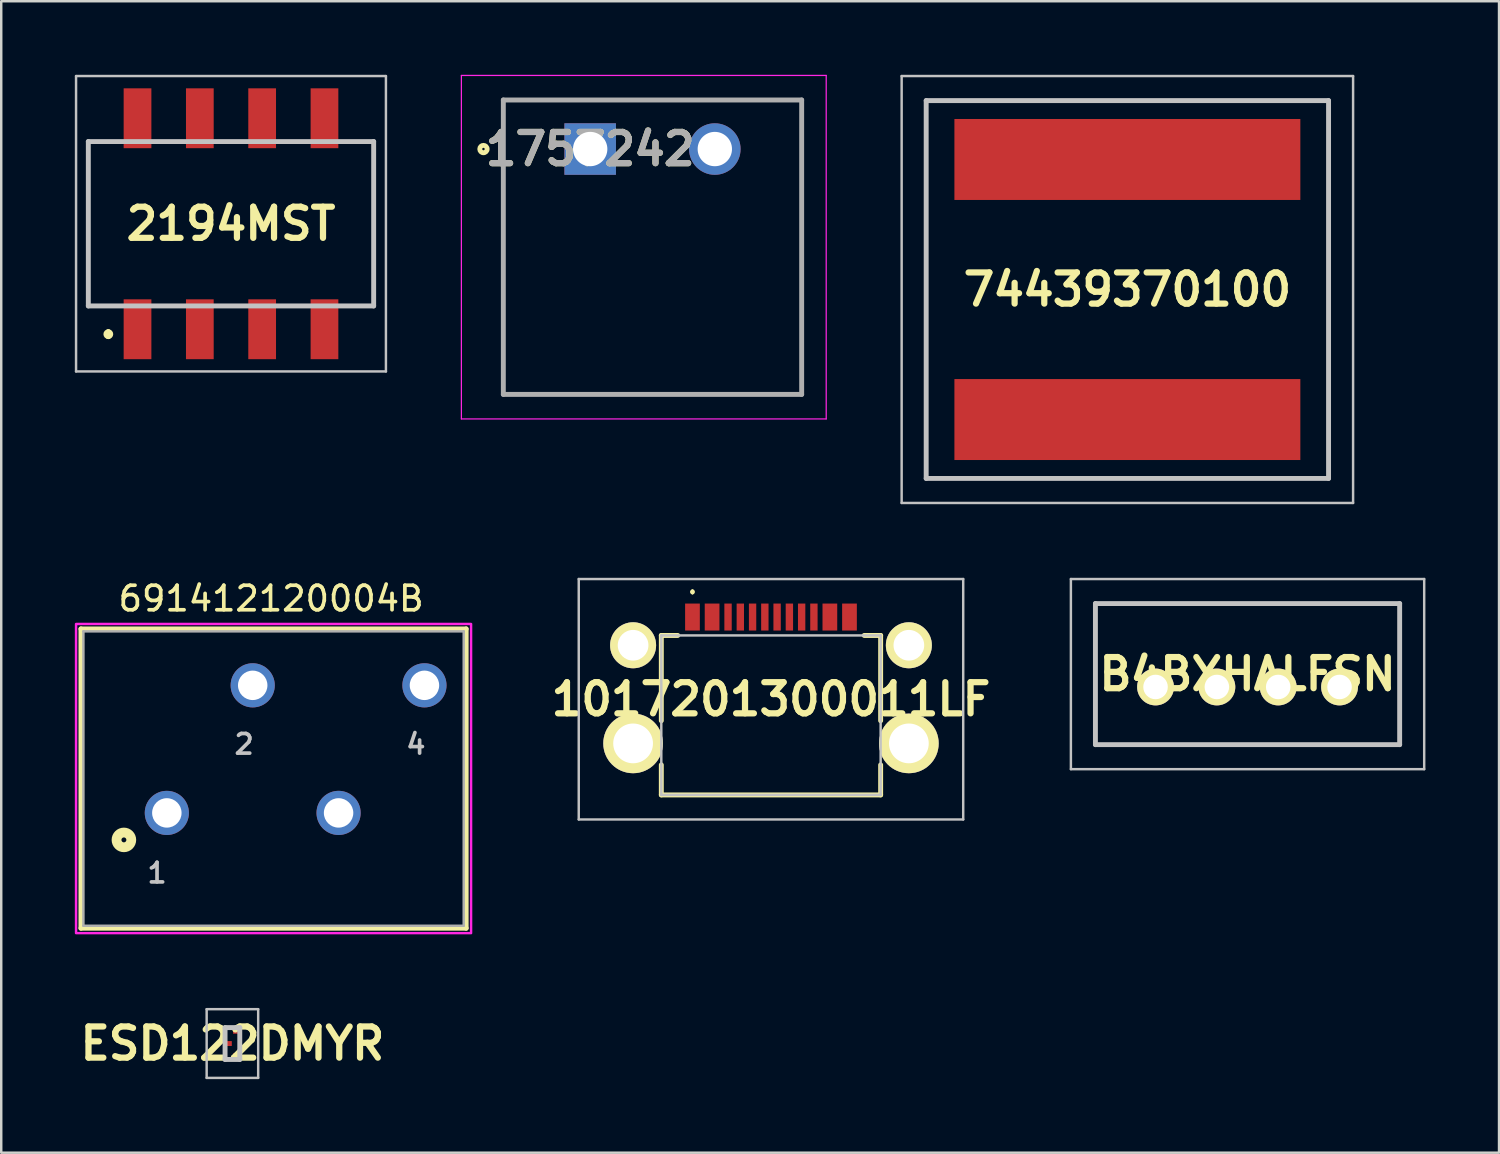
<source format=kicad_pcb>
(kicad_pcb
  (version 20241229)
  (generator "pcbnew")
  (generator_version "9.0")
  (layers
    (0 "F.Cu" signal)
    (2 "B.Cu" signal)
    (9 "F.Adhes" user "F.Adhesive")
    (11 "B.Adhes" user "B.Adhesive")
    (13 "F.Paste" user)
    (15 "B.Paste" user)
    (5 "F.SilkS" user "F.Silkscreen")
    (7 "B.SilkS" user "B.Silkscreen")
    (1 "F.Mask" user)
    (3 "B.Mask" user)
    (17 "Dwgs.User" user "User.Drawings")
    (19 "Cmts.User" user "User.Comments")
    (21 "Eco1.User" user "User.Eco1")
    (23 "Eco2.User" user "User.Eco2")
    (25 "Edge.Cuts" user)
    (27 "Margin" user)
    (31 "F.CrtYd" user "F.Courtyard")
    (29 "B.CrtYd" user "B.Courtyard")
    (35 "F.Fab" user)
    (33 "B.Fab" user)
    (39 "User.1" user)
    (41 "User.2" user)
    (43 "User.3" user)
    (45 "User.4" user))
  (footprint "691412120004B"
    (layer "F.Cu")
    (at 9 27.483)
    (property "Reference" "691412120004B" (at -1 -6.135 0) (layer "F.SilkS") (effects (font (size 1 1) (thickness 0.15))))
    (attr through_hole)
    (fp_line (start -8.75 -4.9) (end 6.95 -4.9) (stroke (width 0.2) (type solid)) (layer "F.SilkS"))
    (fp_line (start -8.75 7.3) (end -8.75 -4.9) (stroke (width 0.2) (type solid)) (layer "F.SilkS"))
    (fp_line (start 6.95 -4.9) (end 6.95 7.3) (stroke (width 0.2) (type solid)) (layer "F.SilkS"))
    (fp_line (start 6.95 7.3) (end -8.75 7.3) (stroke (width 0.2) (type solid)) (layer "F.SilkS"))
    (fp_circle (center -7 3.7) (end -6.9 3.7) (stroke (width 0.4) (type solid)) (fill no) (layer "F.SilkS"))
    (fp_poly (pts (xy -8.95 -5.1) (xy 7.15 -5.1) (xy 7.15 7.5) (xy -8.95 7.5)) (stroke (width 0.1) (type solid)) (fill no) (layer "F.CrtYd"))
    (fp_line (start -8.65 -4.8) (end 6.85 -4.8) (stroke (width 0.1) (type solid)) (layer "F.Fab"))
    (fp_line (start -8.65 7.2) (end -8.65 -4.8) (stroke (width 0.1) (type solid)) (layer "F.Fab"))
    (fp_line (start 6.85 -4.8) (end 6.85 7.2) (stroke (width 0.1) (type solid)) (layer "F.Fab"))
    (fp_line (start 6.85 7.2) (end -8.65 7.2) (stroke (width 0.1) (type solid)) (layer "F.Fab"))
    (fp_text user "2" (at -2.1 -0.2 0) (layer "Dwgs.User") (effects (font (size 0.8 0.8) (thickness 0.15))))
    (fp_text user "4" (at 4.9 -0.2 0) (layer "Dwgs.User") (effects (font (size 0.8 0.8) (thickness 0.15))))
    (fp_text user "1" (at -5.65 5.05 0) (layer "Dwgs.User") (effects (font (size 0.8 0.8) (thickness 0.15))))
    (pad "1" thru_hole circle (at -5.25 2.6) (size 1.8 1.8) (drill 1.2) (layers "*.Cu" "*.Mask"))
    (pad "2" thru_hole circle (at -1.75 -2.6) (size 1.8 1.8) (drill 1.2) (layers "*.Cu" "*.Mask"))
    (pad "3" thru_hole circle (at 1.75 2.6) (size 1.8 1.8) (drill 1.2) (layers "*.Cu" "*.Mask"))
    (pad "4" thru_hole circle (at 5.25 -2.6) (size 1.8 1.8) (drill 1.2) (layers "*.Cu" "*.Mask")))
  (footprint "B4BXHALFSN"
    (layer "F.Cu")
    (at 44.048 24.95)
    (property "Reference" "B4BXHALFSN" (at 3.75 -0.525 0) (layer "F.SilkS") (effects (font (size 1.27 1.27) (thickness 0.254))))
    (attr through_hole exclude_from_pos_files)
    (fp_line (start -2.45 -3.4) (end 9.95 -3.4) (stroke (width 0.1) (type solid)) (layer "F.SilkS"))
    (fp_line (start -2.45 2.35) (end -2.45 -3.4) (stroke (width 0.1) (type solid)) (layer "F.SilkS"))
    (fp_line (start 9.95 -3.4) (end 9.95 2.35) (stroke (width 0.1) (type solid)) (layer "F.SilkS"))
    (fp_line (start 9.95 2.35) (end -2.45 2.35) (stroke (width 0.1) (type solid)) (layer "F.SilkS"))
    (fp_line (start -3.45 -4.4) (end 10.95 -4.4) (stroke (width 0.1) (type solid)) (layer "Dwgs.User"))
    (fp_line (start -3.45 3.35) (end -3.45 -4.4) (stroke (width 0.1) (type solid)) (layer "Dwgs.User"))
    (fp_line (start -2.45 -3.4) (end 9.95 -3.4) (stroke (width 0.2) (type solid)) (layer "Dwgs.User"))
    (fp_line (start -2.45 2.35) (end -2.45 -3.4) (stroke (width 0.2) (type solid)) (layer "Dwgs.User"))
    (fp_line (start 9.95 -3.4) (end 9.95 2.35) (stroke (width 0.2) (type solid)) (layer "Dwgs.User"))
    (fp_line (start 9.95 2.35) (end -2.45 2.35) (stroke (width 0.2) (type solid)) (layer "Dwgs.User"))
    (fp_line (start 10.95 -4.4) (end 10.95 3.35) (stroke (width 0.1) (type solid)) (layer "Dwgs.User"))
    (fp_line (start 10.95 3.35) (end -3.45 3.35) (stroke (width 0.1) (type solid)) (layer "Dwgs.User"))
    (pad "1" thru_hole circle (at 0 0 90) (size 1.5 1.5) (drill 1) (layers "*.Cu" "*.Mask" "F.SilkS"))
    (pad "2" thru_hole circle (at 2.5 0 90) (size 1.5 1.5) (drill 1) (layers "*.Cu" "*.Mask" "F.SilkS"))
    (pad "3" thru_hole circle (at 5 0 90) (size 1.5 1.5) (drill 1) (layers "*.Cu" "*.Mask" "F.SilkS"))
    (pad "4" thru_hole circle (at 7.5 0 90) (size 1.5 1.5) (drill 1) (layers "*.Cu" "*.Mask" "F.SilkS")))
  (footprint "2194MST"
    (layer "F.Cu")
    (at 6.365 6.07)
    (property "Reference" "2194MST" (at 0 0 0) (layer "F.SilkS") (effects (font (size 1.27 1.27) (thickness 0.254))))
    (attr smd)
    (fp_line (start -5.815 -3.35) (end -5.815 3.35) (stroke (width 0.1) (type solid)) (layer "F.SilkS"))
    (fp_line (start -5.815 3.35) (end -5 3.35) (stroke (width 0.1) (type solid)) (layer "F.SilkS"))
    (fp_line (start -5 -3.35) (end -5.815 -3.35) (stroke (width 0.1) (type solid)) (layer "F.SilkS"))
    (fp_line (start -5 4.4) (end -5 4.4) (stroke (width 0.2) (type solid)) (layer "F.SilkS"))
    (fp_line (start -5 4.6) (end -5 4.6) (stroke (width 0.2) (type solid)) (layer "F.SilkS"))
    (fp_line (start -0.4 -3.35) (end 0.4 -3.35) (stroke (width 0.1) (type solid)) (layer "F.SilkS"))
    (fp_line (start -0.4 3.35) (end 0.4 3.35) (stroke (width 0.1) (type solid)) (layer "F.SilkS"))
    (fp_line (start 5 -3.35) (end 5.815 -3.35) (stroke (width 0.1) (type solid)) (layer "F.SilkS"))
    (fp_line (start 5.815 -3.35) (end 5.815 3.35) (stroke (width 0.1) (type solid)) (layer "F.SilkS"))
    (fp_line (start 5.815 3.35) (end 5 3.35) (stroke (width 0.1) (type solid)) (layer "F.SilkS"))
    (fp_arc (start -5 4.4) (mid -4.9 4.5) (end -5 4.6) (stroke (width 0.2) (type solid)) (layer "F.SilkS"))
    (fp_arc (start -5 4.6) (mid -5.1 4.5) (end -5 4.4) (stroke (width 0.2) (type solid)) (layer "F.SilkS"))
    (fp_line (start -6.315 -6.02) (end 6.315 -6.02) (stroke (width 0.1) (type solid)) (layer "Dwgs.User"))
    (fp_line (start -6.315 6.02) (end -6.315 -6.02) (stroke (width 0.1) (type solid)) (layer "Dwgs.User"))
    (fp_line (start -5.815 -3.35) (end 5.815 -3.35) (stroke (width 0.2) (type solid)) (layer "Dwgs.User"))
    (fp_line (start -5.815 3.35) (end -5.815 -3.35) (stroke (width 0.2) (type solid)) (layer "Dwgs.User"))
    (fp_line (start 5.815 -3.35) (end 5.815 3.35) (stroke (width 0.2) (type solid)) (layer "Dwgs.User"))
    (fp_line (start 5.815 3.35) (end -5.815 3.35) (stroke (width 0.2) (type solid)) (layer "Dwgs.User"))
    (fp_line (start 6.315 -6.02) (end 6.315 6.02) (stroke (width 0.1) (type solid)) (layer "Dwgs.User"))
    (fp_line (start 6.315 6.02) (end -6.315 6.02) (stroke (width 0.1) (type solid)) (layer "Dwgs.User"))
    (pad "1" smd rect (at -3.81 4.3) (size 1.13 2.44) (layers "F.Cu" "F.Mask" "F.Paste"))
    (pad "2" smd rect (at -1.27 4.3) (size 1.13 2.44) (layers "F.Cu" "F.Mask" "F.Paste"))
    (pad "3" smd rect (at 1.27 4.3) (size 1.13 2.44) (layers "F.Cu" "F.Mask" "F.Paste"))
    (pad "4" smd rect (at 3.81 4.3) (size 1.13 2.44) (layers "F.Cu" "F.Mask" "F.Paste"))
    (pad "5" smd rect (at 3.81 -4.3) (size 1.13 2.44) (layers "F.Cu" "F.Mask" "F.Paste"))
    (pad "6" smd rect (at 1.27 -4.3) (size 1.13 2.44) (layers "F.Cu" "F.Mask" "F.Paste"))
    (pad "7" smd rect (at -1.27 -4.3) (size 1.13 2.44) (layers "F.Cu" "F.Mask" "F.Paste"))
    (pad "8" smd rect (at -3.81 -4.3) (size 1.13 2.44) (layers "F.Cu" "F.Mask" "F.Paste")))
  (footprint "74439370100"
    (layer "F.Cu")
    (at 42.9 8.75)
    (property "Reference" "74439370100" (at 0 0 0) (layer "F.SilkS") (effects (font (size 1.27 1.27) (thickness 0.254))))
    (attr smd)
    (fp_line (start -8.2 -7.7) (end 8.2 -7.7) (stroke (width 0.1) (type solid)) (layer "F.SilkS"))
    (fp_line (start -8.2 7.7) (end -8.2 -7.7) (stroke (width 0.1) (type solid)) (layer "F.SilkS"))
    (fp_line (start 8.2 -7.7) (end 8.2 7.7) (stroke (width 0.1) (type solid)) (layer "F.SilkS"))
    (fp_line (start 8.2 7.7) (end -8.2 7.7) (stroke (width 0.1) (type solid)) (layer "F.SilkS"))
    (fp_line (start -9.2 -8.7) (end 9.2 -8.7) (stroke (width 0.1) (type solid)) (layer "Dwgs.User"))
    (fp_line (start -9.2 8.7) (end -9.2 -8.7) (stroke (width 0.1) (type solid)) (layer "Dwgs.User"))
    (fp_line (start -8.2 -7.7) (end 8.2 -7.7) (stroke (width 0.2) (type solid)) (layer "Dwgs.User"))
    (fp_line (start -8.2 7.7) (end -8.2 -7.7) (stroke (width 0.2) (type solid)) (layer "Dwgs.User"))
    (fp_line (start 8.2 -7.7) (end 8.2 7.7) (stroke (width 0.2) (type solid)) (layer "Dwgs.User"))
    (fp_line (start 8.2 7.7) (end -8.2 7.7) (stroke (width 0.2) (type solid)) (layer "Dwgs.User"))
    (fp_line (start 9.2 -8.7) (end 9.2 8.7) (stroke (width 0.1) (type solid)) (layer "Dwgs.User"))
    (fp_line (start 9.2 8.7) (end -9.2 8.7) (stroke (width 0.1) (type solid)) (layer "Dwgs.User"))
    (pad "1" smd rect (at 0 5.3 90) (size 3.3 14.1) (layers "F.Cu" "F.Mask" "F.Paste"))
    (pad "2" smd rect (at 0 -5.3 90) (size 3.3 14.1) (layers "F.Cu" "F.Mask" "F.Paste")))
  (footprint "1017201300011LF"
    (layer "F.Cu")
    (at 28.374 25.725)
    (property "Reference" "1017201300011LF" (at 0 -0.275 0) (layer "F.SilkS") (effects (font (size 1.27 1.27) (thickness 0.254))))
    (attr through_hole exclude_from_pos_files)
    (fp_line (start -4.47 -2.875) (end -4.47 0.6) (stroke (width 0.2) (type solid)) (layer "F.SilkS"))
    (fp_line (start -4.47 2.4) (end -4.47 3.625) (stroke (width 0.2) (type solid)) (layer "F.SilkS"))
    (fp_line (start -4.47 3.625) (end 4.47 3.625) (stroke (width 0.2) (type solid)) (layer "F.SilkS"))
    (fp_line (start -3.8 -2.875) (end -4.47 -2.875) (stroke (width 0.2) (type solid)) (layer "F.SilkS"))
    (fp_line (start -3.2 -4.7) (end -3.2 -4.7) (stroke (width 0.1) (type solid)) (layer "F.SilkS"))
    (fp_line (start -3.2 -4.6) (end -3.2 -4.6) (stroke (width 0.1) (type solid)) (layer "F.SilkS"))
    (fp_line (start 4.47 -2.875) (end 3.8 -2.875) (stroke (width 0.2) (type solid)) (layer "F.SilkS"))
    (fp_line (start 4.47 0.6) (end 4.47 -2.875) (stroke (width 0.2) (type solid)) (layer "F.SilkS"))
    (fp_line (start 4.47 3.625) (end 4.47 2.4) (stroke (width 0.2) (type solid)) (layer "F.SilkS"))
    (fp_arc (start -3.2 -4.7) (mid -3.15 -4.65) (end -3.2 -4.6) (stroke (width 0.1) (type solid)) (layer "F.SilkS"))
    (fp_arc (start -3.2 -4.6) (mid -3.25 -4.65) (end -3.2 -4.7) (stroke (width 0.1) (type solid)) (layer "F.SilkS"))
    (fp_line (start -7.835 -5.175) (end 7.835 -5.175) (stroke (width 0.1) (type solid)) (layer "Dwgs.User"))
    (fp_line (start -7.835 4.625) (end -7.835 -5.175) (stroke (width 0.1) (type solid)) (layer "Dwgs.User"))
    (fp_line (start -4.47 -2.875) (end -4.47 3.625) (stroke (width 0.1) (type solid)) (layer "Dwgs.User"))
    (fp_line (start -4.47 3.625) (end 4.47 3.625) (stroke (width 0.1) (type solid)) (layer "Dwgs.User"))
    (fp_line (start 4.47 -2.875) (end -4.47 -2.875) (stroke (width 0.1) (type solid)) (layer "Dwgs.User"))
    (fp_line (start 4.47 3.625) (end 4.47 -2.875) (stroke (width 0.1) (type solid)) (layer "Dwgs.User"))
    (fp_line (start 7.835 -5.175) (end 7.835 4.625) (stroke (width 0.1) (type solid)) (layer "Dwgs.User"))
    (fp_line (start 7.835 4.625) (end -7.835 4.625) (stroke (width 0.1) (type solid)) (layer "Dwgs.User"))
    (pad "1" thru_hole circle (at -5.62 -2.475 90) (size 1.875 1.875) (drill 1.25) (layers "*.Cu" "*.Mask" "F.SilkS"))
    (pad "2" thru_hole circle (at 5.62 -2.475 90) (size 1.875 1.875) (drill 1.25) (layers "*.Cu" "*.Mask" "F.SilkS"))
    (pad "3" thru_hole circle (at -5.62 1.525 90) (size 2.43 2.43) (drill 1.62) (layers "*.Cu" "*.Mask" "F.SilkS"))
    (pad "4" thru_hole circle (at 5.62 1.525 90) (size 2.43 2.43) (drill 1.62) (layers "*.Cu" "*.Mask" "F.SilkS"))
    (pad "A1" smd rect (at -3.2 -3.625) (size 0.6 1.1) (layers "F.Cu" "F.Mask" "F.Paste"))
    (pad "A4" smd rect (at -2.4 -3.625) (size 0.6 1.1) (layers "F.Cu" "F.Mask" "F.Paste"))
    (pad "A5" smd rect (at -1.25 -3.625) (size 0.3 1.1) (layers "F.Cu" "F.Mask" "F.Paste"))
    (pad "A6" smd rect (at -0.25 -3.625) (size 0.3 1.1) (layers "F.Cu" "F.Mask" "F.Paste"))
    (pad "A7" smd rect (at 0.25 -3.625) (size 0.3 1.1) (layers "F.Cu" "F.Mask" "F.Paste"))
    (pad "A8" smd rect (at 1.25 -3.625) (size 0.3 1.1) (layers "F.Cu" "F.Mask" "F.Paste"))
    (pad "A9" smd rect (at 2.4 -3.625) (size 0.6 1.1) (layers "F.Cu" "F.Mask" "F.Paste"))
    (pad "A12" smd rect (at 3.2 -3.625) (size 0.6 1.1) (layers "F.Cu" "F.Mask" "F.Paste"))
    (pad "B5" smd rect (at 1.75 -3.625) (size 0.3 1.1) (layers "F.Cu" "F.Mask" "F.Paste"))
    (pad "B6" smd rect (at 0.75 -3.625) (size 0.3 1.1) (layers "F.Cu" "F.Mask" "F.Paste"))
    (pad "B7" smd rect (at -0.75 -3.625) (size 0.3 1.1) (layers "F.Cu" "F.Mask" "F.Paste"))
    (pad "B8" smd rect (at -1.75 -3.625) (size 0.3 1.1) (layers "F.Cu" "F.Mask" "F.Paste")))
  (footprint "1757242"
    (layer "F.Cu")
    (at 21.005 3.025)
    (property "Reference" "1757242" (at 0 0 0) (layer "F.SilkS") (effects (font (size 1.27 1.27) (thickness 0.254))))
    (attr through_hole)
    (fp_line (start -3.54 -2) (end 8.62 -2) (stroke (width 0.1) (type solid)) (layer "F.SilkS"))
    (fp_line (start -3.54 10) (end -3.54 -2) (stroke (width 0.1) (type solid)) (layer "F.SilkS"))
    (fp_line (start 8.62 -2) (end 8.62 10) (stroke (width 0.1) (type solid)) (layer "F.SilkS"))
    (fp_line (start 8.62 10) (end -3.54 10) (stroke (width 0.1) (type solid)) (layer "F.SilkS"))
    (fp_circle (center -4.35 0) (end -4.35 0.05) (stroke (width 0.2) (type solid)) (fill no) (layer "F.SilkS"))
    (fp_line (start -5.25 -3) (end 9.62 -3) (stroke (width 0.05) (type solid)) (layer "F.CrtYd"))
    (fp_line (start -5.25 11) (end -5.25 -3) (stroke (width 0.05) (type solid)) (layer "F.CrtYd"))
    (fp_line (start 9.62 -3) (end 9.62 11) (stroke (width 0.05) (type solid)) (layer "F.CrtYd"))
    (fp_line (start 9.62 11) (end -5.25 11) (stroke (width 0.05) (type solid)) (layer "F.CrtYd"))
    (fp_line (start -3.54 -2) (end 8.62 -2) (stroke (width 0.2) (type solid)) (layer "F.Fab"))
    (fp_line (start -3.54 10) (end -3.54 -2) (stroke (width 0.2) (type solid)) (layer "F.Fab"))
    (fp_line (start 8.62 -2) (end 8.62 10) (stroke (width 0.2) (type solid)) (layer "F.Fab"))
    (fp_line (start 8.62 10) (end -3.54 10) (stroke (width 0.2) (type solid)) (layer "F.Fab"))
    (fp_text user "${REFERENCE}" (at 0 0 0) (layer "F.Fab") (effects (font (size 1.27 1.27) (thickness 0.254))))
    (pad "1" thru_hole rect (at 0 0) (size 2.1 2.1) (drill 1.4) (layers "*.Cu" "*.Mask"))
    (pad "2" thru_hole circle (at 5.08 0) (size 2.1 2.1) (drill 1.4) (layers "*.Cu" "*.Mask")))
  (footprint "ESD122DMYR"
    (layer "F.Cu")
    (at 6.423 39.483)
    (property "Reference" "ESD122DMYR" (at 0 0 0) (layer "F.SilkS") (effects (font (size 1.27 1.27) (thickness 0.254))))
    (attr smd)
    (fp_line (start -0.6 -0.027) (end -0.6 -0.027) (stroke (width 0.049) (type solid)) (layer "F.SilkS"))
    (fp_line (start -0.55 -0.027) (end -0.55 -0.027) (stroke (width 0.049) (type solid)) (layer "F.SilkS"))
    (fp_arc (start -0.6 -0.027) (mid -0.575 -0.052) (end -0.55 -0.027) (stroke (width 0.04934) (type solid)) (layer "F.SilkS"))
    (fp_arc (start -0.55 -0.027) (mid -0.575 -0.002) (end -0.6 -0.027) (stroke (width 0.04934) (type solid)) (layer "F.SilkS"))
    (fp_line (start -1.05 -1.4) (end 1.05 -1.4) (stroke (width 0.1) (type solid)) (layer "Dwgs.User"))
    (fp_line (start -1.05 1.4) (end -1.05 -1.4) (stroke (width 0.1) (type solid)) (layer "Dwgs.User"))
    (fp_line (start -0.3 -0.65) (end 0.3 -0.65) (stroke (width 0.2) (type solid)) (layer "Dwgs.User"))
    (fp_line (start -0.3 0.65) (end -0.3 -0.65) (stroke (width 0.2) (type solid)) (layer "Dwgs.User"))
    (fp_line (start 0.3 -0.65) (end 0.3 0.65) (stroke (width 0.2) (type solid)) (layer "Dwgs.User"))
    (fp_line (start 0.3 0.65) (end -0.3 0.65) (stroke (width 0.2) (type solid)) (layer "Dwgs.User"))
    (fp_line (start 1.05 -1.4) (end 1.05 1.4) (stroke (width 0.1) (type solid)) (layer "Dwgs.User"))
    (fp_line (start 1.05 1.4) (end -1.05 1.4) (stroke (width 0.1) (type solid)) (layer "Dwgs.User"))
    (pad "1" smd rect (at -0.125 0 90) (size 0.2 0.2) (layers "F.Cu" "F.Mask" "F.Paste"))
    (pad "2" smd rect (at 0.125 0.5 90) (size 0.2 0.2) (layers "F.Cu" "F.Mask" "F.Paste"))
    (pad "3" smd rect (at 0.125 -0.5 90) (size 0.2 0.2) (layers "F.Cu" "F.Mask" "F.Paste")))
  (gr_rect
    (start -3 -3)
    (end 58.048 43.933)
    (stroke (width 0.1) (type default))
    (fill no)
    (layer "Edge.Cuts")))
</source>
